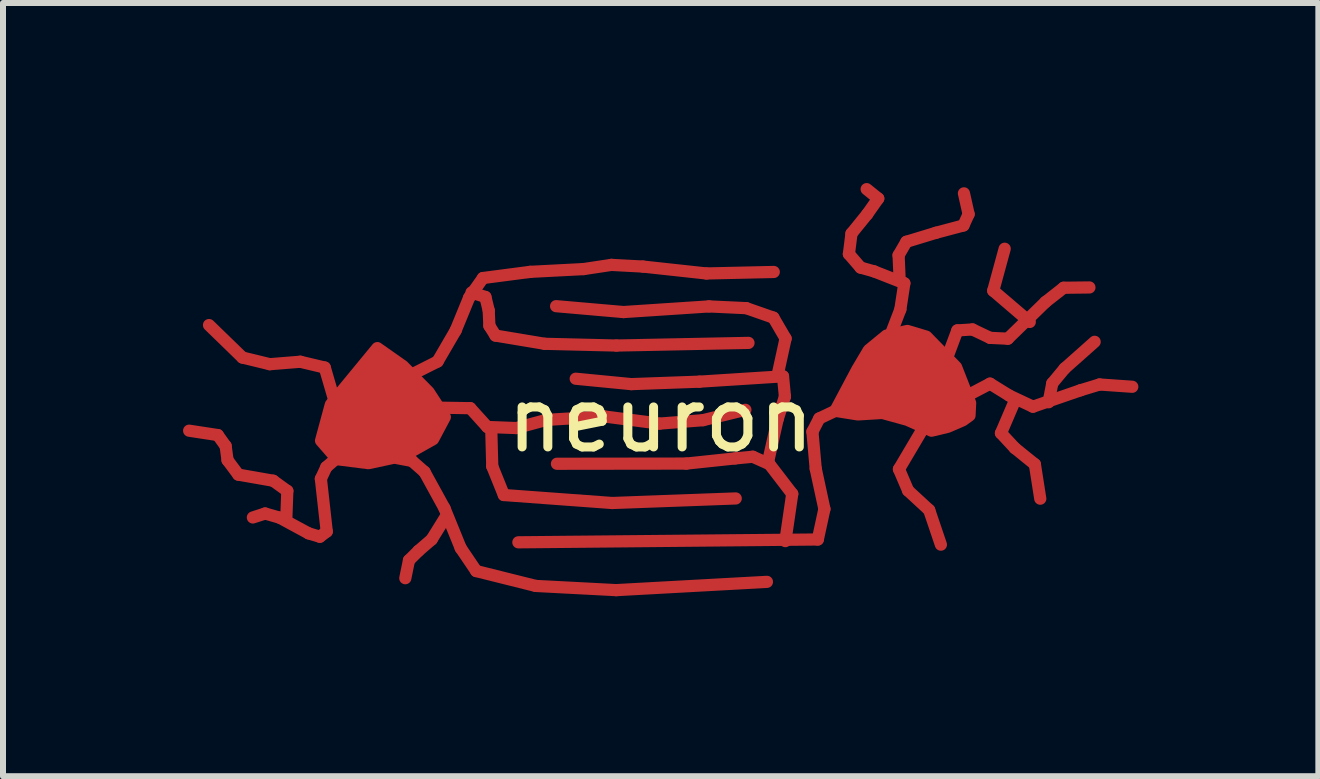
<source format=kicad_pcb>
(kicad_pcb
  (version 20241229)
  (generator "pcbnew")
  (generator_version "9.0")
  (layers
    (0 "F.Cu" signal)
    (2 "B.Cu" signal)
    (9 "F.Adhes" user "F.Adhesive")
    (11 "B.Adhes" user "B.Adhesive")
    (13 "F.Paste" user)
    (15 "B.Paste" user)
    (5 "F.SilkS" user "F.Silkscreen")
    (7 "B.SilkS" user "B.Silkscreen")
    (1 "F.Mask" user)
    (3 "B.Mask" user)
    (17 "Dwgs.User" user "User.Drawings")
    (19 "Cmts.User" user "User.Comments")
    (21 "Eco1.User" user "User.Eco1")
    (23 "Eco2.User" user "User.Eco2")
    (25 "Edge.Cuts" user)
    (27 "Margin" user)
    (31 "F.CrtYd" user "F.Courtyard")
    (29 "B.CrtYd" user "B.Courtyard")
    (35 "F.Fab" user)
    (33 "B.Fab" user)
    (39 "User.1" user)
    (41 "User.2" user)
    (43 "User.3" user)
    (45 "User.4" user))
  (footprint "neuron"
    (layer "F.Cu")
    (at 7.96 3.443)
    (property "Reference" "neuron" (at 0 0.5 0) (layer "F.SilkS") (effects (font (size 1 1) (thickness 0.15))))
    (attr through_hole)
    (fp_line (start -7.381 0.757) (end -7.858 0.684) (stroke (width 0.203) (type solid)) (layer "F.Cu"))
    (fp_line (start -7.25 0.939) (end -7.381 0.757) (stroke (width 0.203) (type solid)) (layer "F.Cu"))
    (fp_line (start -7.218 1.176) (end -7.25 0.939) (stroke (width 0.203) (type solid)) (layer "F.Cu"))
    (fp_line (start -7.039 1.416) (end -7.218 1.176) (stroke (width 0.203) (type solid)) (layer "F.Cu"))
    (fp_line (start -6.97 -0.535) (end -7.527 -1.076) (stroke (width 0.203) (type solid)) (layer "F.Cu"))
    (fp_line (start -6.592 2.064) (end -6.796 2.13) (stroke (width 0.203) (type solid)) (layer "F.Cu"))
    (fp_line (start -6.514 -0.424) (end -6.97 -0.535) (stroke (width 0.203) (type solid)) (layer "F.Cu"))
    (fp_line (start -6.457 1.518) (end -7.039 1.416) (stroke (width 0.203) (type solid)) (layer "F.Cu"))
    (fp_line (start -6.351 2.133) (end -6.592 2.064) (stroke (width 0.203) (type solid)) (layer "F.Cu"))
    (fp_line (start -6.238 2.127) (end -6.222 1.688) (stroke (width 0.203) (type solid)) (layer "F.Cu"))
    (fp_line (start -6.222 1.688) (end -6.457 1.518) (stroke (width 0.203) (type solid)) (layer "F.Cu"))
    (fp_line (start -6.006 -0.465) (end -6.514 -0.424) (stroke (width 0.203) (type solid)) (layer "F.Cu"))
    (fp_line (start -5.867 2.395) (end -6.351 2.133) (stroke (width 0.203) (type solid)) (layer "F.Cu"))
    (fp_line (start -5.68 2.451) (end -5.867 2.395) (stroke (width 0.203) (type solid)) (layer "F.Cu"))
    (fp_line (start -5.663 1.486) (end -5.565 2.364) (stroke (width 0.203) (type solid)) (layer "F.Cu"))
    (fp_line (start -5.598 -0.368) (end -6.006 -0.465) (stroke (width 0.203) (type solid)) (layer "F.Cu"))
    (fp_line (start -5.573 1.292) (end -5.663 1.486) (stroke (width 0.203) (type solid)) (layer "F.Cu"))
    (fp_line (start -5.565 2.364) (end -5.68 2.451) (stroke (width 0.203) (type solid)) (layer "F.Cu"))
    (fp_line (start -5.445 0.156) (end -5.598 -0.368) (stroke (width 0.203) (type solid)) (layer "F.Cu"))
    (fp_line (start -5.401 1.142) (end -5.573 1.292) (stroke (width 0.203) (type solid)) (layer "F.Cu"))
    (fp_line (start -4.389 1.142) (end -4.144 1.188) (stroke (width 0.203) (type solid)) (layer "F.Cu"))
    (fp_line (start -4.195 2.844) (end -4.256 3.142) (stroke (width 0.203) (type solid)) (layer "F.Cu"))
    (fp_line (start -4.178 -0.237) (end -3.718 -0.469) (stroke (width 0.203) (type solid)) (layer "F.Cu"))
    (fp_line (start -4.144 1.188) (end -3.936 1.371) (stroke (width 0.203) (type solid)) (layer "F.Cu"))
    (fp_line (start -4.035 2.685) (end -4.195 2.844) (stroke (width 0.203) (type solid)) (layer "F.Cu"))
    (fp_line (start -3.936 1.371) (end -3.602 1.979) (stroke (width 0.203) (type solid)) (layer "F.Cu"))
    (fp_line (start -3.817 2.497) (end -4.035 2.685) (stroke (width 0.203) (type solid)) (layer "F.Cu"))
    (fp_line (start -3.718 -0.469) (end -3.417 -0.986) (stroke (width 0.203) (type solid)) (layer "F.Cu"))
    (fp_line (start -3.652 0.301) (end -3.173 0.309) (stroke (width 0.203) (type solid)) (layer "F.Cu"))
    (fp_line (start -3.602 1.979) (end -3.333 2.64) (stroke (width 0.203) (type solid)) (layer "F.Cu"))
    (fp_line (start -3.579 2.113) (end -3.817 2.497) (stroke (width 0.203) (type solid)) (layer "F.Cu"))
    (fp_line (start -3.417 -0.986) (end -3.192 -1.534) (stroke (width 0.203) (type solid)) (layer "F.Cu"))
    (fp_line (start -3.333 2.64) (end -3.074 3.023) (stroke (width 0.203) (type solid)) (layer "F.Cu"))
    (fp_line (start -3.192 -1.534) (end -2.962 -1.86) (stroke (width 0.203) (type solid)) (layer "F.Cu"))
    (fp_line (start -3.173 0.309) (end -2.89 0.622) (stroke (width 0.203) (type solid)) (layer "F.Cu"))
    (fp_line (start -3.153 -1.619) (end -2.921 -1.544) (stroke (width 0.203) (type solid)) (layer "F.Cu"))
    (fp_line (start -3.074 3.023) (end -2.082 3.271) (stroke (width 0.203) (type solid)) (layer "F.Cu"))
    (fp_line (start -2.962 -1.86) (end -2.175 -1.963) (stroke (width 0.203) (type solid)) (layer "F.Cu"))
    (fp_line (start -2.921 -1.544) (end -2.866 -1.319) (stroke (width 0.203) (type solid)) (layer "F.Cu"))
    (fp_line (start -2.89 0.622) (end -2.407 0.64) (stroke (width 0.203) (type solid)) (layer "F.Cu"))
    (fp_line (start -2.866 -1.319) (end -2.855 -1.064) (stroke (width 0.203) (type solid)) (layer "F.Cu"))
    (fp_line (start -2.855 -1.064) (end -2.753 -0.901) (stroke (width 0.203) (type solid)) (layer "F.Cu"))
    (fp_line (start -2.823 0.684) (end -2.807 1.278) (stroke (width 0.203) (type solid)) (layer "F.Cu"))
    (fp_line (start -2.807 1.278) (end -2.614 1.756) (stroke (width 0.203) (type solid)) (layer "F.Cu"))
    (fp_line (start -2.753 -0.901) (end -1.933 -0.764) (stroke (width 0.203) (type solid)) (layer "F.Cu"))
    (fp_line (start -2.614 1.756) (end -0.808 1.889) (stroke (width 0.203) (type solid)) (layer "F.Cu"))
    (fp_line (start -2.407 0.64) (end -1.905 0.504) (stroke (width 0.203) (type solid)) (layer "F.Cu"))
    (fp_line (start -2.175 -1.963) (end -1.286 -2.009) (stroke (width 0.203) (type solid)) (layer "F.Cu"))
    (fp_line (start -2.082 3.271) (end -0.742 3.341) (stroke (width 0.203) (type solid)) (layer "F.Cu"))
    (fp_line (start -1.933 -0.764) (end -0.738 -0.735) (stroke (width 0.203) (type solid)) (layer "F.Cu"))
    (fp_line (start -1.905 0.504) (end -0.946 0.446) (stroke (width 0.203) (type solid)) (layer "F.Cu"))
    (fp_line (start -1.286 -2.009) (end -0.821 -2.079) (stroke (width 0.203) (type solid)) (layer "F.Cu"))
    (fp_line (start -0.946 0.446) (end -0.02 0.566) (stroke (width 0.203) (type solid)) (layer "F.Cu"))
    (fp_line (start -0.821 -2.079) (end -0.296 -2.051) (stroke (width 0.203) (type solid)) (layer "F.Cu"))
    (fp_line (start -0.808 1.889) (end 1.25 1.813) (stroke (width 0.203) (type solid)) (layer "F.Cu"))
    (fp_line (start -0.742 3.341) (end 1.77 3.203) (stroke (width 0.203) (type solid)) (layer "F.Cu"))
    (fp_line (start -0.738 -0.735) (end 1.463 -0.779) (stroke (width 0.203) (type solid)) (layer "F.Cu"))
    (fp_line (start -0.62 -1.293) (end -1.743 -1.391) (stroke (width 0.203) (type solid)) (layer "F.Cu"))
    (fp_line (start -0.491 -0.092) (end -1.416 -0.182) (stroke (width 0.203) (type solid)) (layer "F.Cu"))
    (fp_line (start -0.296 -2.051) (end 0.761 -1.936) (stroke (width 0.203) (type solid)) (layer "F.Cu"))
    (fp_line (start -0.02 0.566) (end 0.704 0.509) (stroke (width 0.203) (type solid)) (layer "F.Cu"))
    (fp_line (start 0.427 1.232) (end -1.729 1.235) (stroke (width 0.203) (type solid)) (layer "F.Cu"))
    (fp_line (start 0.645 -0.133) (end -0.491 -0.092) (stroke (width 0.203) (type solid)) (layer "F.Cu"))
    (fp_line (start 0.704 0.509) (end 1.411 0.336) (stroke (width 0.203) (type solid)) (layer "F.Cu"))
    (fp_line (start 0.761 -1.936) (end 1.884 -1.961) (stroke (width 0.203) (type solid)) (layer "F.Cu"))
    (fp_line (start 0.804 -1.387) (end -0.62 -1.293) (stroke (width 0.203) (type solid)) (layer "F.Cu"))
    (fp_line (start 1.24 1.146) (end 0.427 1.232) (stroke (width 0.203) (type solid)) (layer "F.Cu"))
    (fp_line (start 1.426 -1.358) (end 0.804 -1.387) (stroke (width 0.203) (type solid)) (layer "F.Cu"))
    (fp_line (start 1.535 1.118) (end 1.24 1.146) (stroke (width 0.203) (type solid)) (layer "F.Cu"))
    (fp_line (start 1.788 1.207) (end 1.949 0.492) (stroke (width 0.203) (type solid)) (layer "F.Cu"))
    (fp_line (start 1.812 1.242) (end 1.535 1.118) (stroke (width 0.203) (type solid)) (layer "F.Cu"))
    (fp_line (start 1.878 -1.2) (end 1.426 -1.358) (stroke (width 0.203) (type solid)) (layer "F.Cu"))
    (fp_line (start 1.949 0.492) (end 2.07 0.116) (stroke (width 0.203) (type solid)) (layer "F.Cu"))
    (fp_line (start 1.951 -0.257) (end 2.081 -0.852) (stroke (width 0.203) (type solid)) (layer "F.Cu"))
    (fp_line (start 2.038 -0.222) (end 0.645 -0.133) (stroke (width 0.203) (type solid)) (layer "F.Cu"))
    (fp_line (start 2.07 0.116) (end 2.038 -0.222) (stroke (width 0.203) (type solid)) (layer "F.Cu"))
    (fp_line (start 2.077 2.524) (end 2.192 1.737) (stroke (width 0.203) (type solid)) (layer "F.Cu"))
    (fp_line (start 2.081 -0.852) (end 1.878 -1.2) (stroke (width 0.203) (type solid)) (layer "F.Cu"))
    (fp_line (start 2.192 1.737) (end 1.812 1.242) (stroke (width 0.203) (type solid)) (layer "F.Cu"))
    (fp_line (start 2.528 0.701) (end 2.583 1.318) (stroke (width 0.203) (type solid)) (layer "F.Cu"))
    (fp_line (start 2.583 1.318) (end 2.728 1.989) (stroke (width 0.203) (type solid)) (layer "F.Cu"))
    (fp_line (start 2.618 2.497) (end -2.372 2.544) (stroke (width 0.203) (type solid)) (layer "F.Cu"))
    (fp_line (start 2.642 0.48) (end 2.528 0.701) (stroke (width 0.203) (type solid)) (layer "F.Cu"))
    (fp_line (start 2.728 1.989) (end 2.618 2.497) (stroke (width 0.203) (type solid)) (layer "F.Cu"))
    (fp_line (start 2.91 0.353) (end 2.642 0.48) (stroke (width 0.203) (type solid)) (layer "F.Cu"))
    (fp_line (start 3.136 -2.26) (end 3.179 -2.601) (stroke (width 0.203) (type solid)) (layer "F.Cu"))
    (fp_line (start 3.179 -2.601) (end 3.441 -2.924) (stroke (width 0.203) (type solid)) (layer "F.Cu"))
    (fp_line (start 3.331 -2.034) (end 3.136 -2.26) (stroke (width 0.203) (type solid)) (layer "F.Cu"))
    (fp_line (start 3.441 -2.924) (end 3.625 -3.185) (stroke (width 0.203) (type solid)) (layer "F.Cu"))
    (fp_line (start 3.555 -1.971) (end 3.331 -2.034) (stroke (width 0.203) (type solid)) (layer "F.Cu"))
    (fp_line (start 3.625 -3.185) (end 3.432 -3.341) (stroke (width 0.203) (type solid)) (layer "F.Cu"))
    (fp_line (start 3.833 -0.919) (end 3.993 -1.335) (stroke (width 0.203) (type solid)) (layer "F.Cu"))
    (fp_line (start 3.964 -2.24) (end 4.094 -2.464) (stroke (width 0.203) (type solid)) (layer "F.Cu"))
    (fp_line (start 3.97 1.325) (end 4.123 1.683) (stroke (width 0.203) (type solid)) (layer "F.Cu"))
    (fp_line (start 3.981 -1.844) (end 3.964 -2.24) (stroke (width 0.203) (type solid)) (layer "F.Cu"))
    (fp_line (start 3.993 -1.335) (end 4.06 -1.773) (stroke (width 0.203) (type solid)) (layer "F.Cu"))
    (fp_line (start 4.06 -1.773) (end 3.555 -1.971) (stroke (width 0.203) (type solid)) (layer "F.Cu"))
    (fp_line (start 4.094 -2.464) (end 4.587 -2.614) (stroke (width 0.203) (type solid)) (layer "F.Cu"))
    (fp_line (start 4.123 1.683) (end 4.474 2.007) (stroke (width 0.203) (type solid)) (layer "F.Cu"))
    (fp_line (start 4.37 0.649) (end 3.97 1.325) (stroke (width 0.203) (type solid)) (layer "F.Cu"))
    (fp_line (start 4.474 2.007) (end 4.669 2.583) (stroke (width 0.203) (type solid)) (layer "F.Cu"))
    (fp_line (start 4.587 -2.614) (end 5.045 -2.736) (stroke (width 0.203) (type solid)) (layer "F.Cu"))
    (fp_line (start 4.774 -0.535) (end 4.943 -0.987) (stroke (width 0.203) (type solid)) (layer "F.Cu"))
    (fp_line (start 4.943 -0.987) (end 5.195 -1.003) (stroke (width 0.203) (type solid)) (layer "F.Cu"))
    (fp_line (start 5.045 -2.736) (end 5.131 -2.924) (stroke (width 0.203) (type solid)) (layer "F.Cu"))
    (fp_line (start 5.131 -2.924) (end 5.053 -3.271) (stroke (width 0.203) (type solid)) (layer "F.Cu"))
    (fp_line (start 5.157 0.074) (end 5.488 -0.1) (stroke (width 0.203) (type solid)) (layer "F.Cu"))
    (fp_line (start 5.195 -1.003) (end 5.489 -0.863) (stroke (width 0.203) (type solid)) (layer "F.Cu"))
    (fp_line (start 5.488 -0.1) (end 5.811 0.1) (stroke (width 0.203) (type solid)) (layer "F.Cu"))
    (fp_line (start 5.489 -0.863) (end 5.785 -0.849) (stroke (width 0.203) (type solid)) (layer "F.Cu"))
    (fp_line (start 5.541 -1.649) (end 5.732 -2.348) (stroke (width 0.203) (type solid)) (layer "F.Cu"))
    (fp_line (start 5.67 0.725) (end 5.901 0.974) (stroke (width 0.203) (type solid)) (layer "F.Cu"))
    (fp_line (start 5.785 -0.849) (end 6.412 -1.46) (stroke (width 0.203) (type solid)) (layer "F.Cu"))
    (fp_line (start 5.811 0.1) (end 6.203 0.284) (stroke (width 0.203) (type solid)) (layer "F.Cu"))
    (fp_line (start 5.889 0.214) (end 5.67 0.725) (stroke (width 0.203) (type solid)) (layer "F.Cu"))
    (fp_line (start 5.901 0.974) (end 6.235 1.244) (stroke (width 0.203) (type solid)) (layer "F.Cu"))
    (fp_line (start 6.15 -1.128) (end 5.541 -1.649) (stroke (width 0.203) (type solid)) (layer "F.Cu"))
    (fp_line (start 6.203 0.284) (end 6.994 0.011) (stroke (width 0.203) (type solid)) (layer "F.Cu"))
    (fp_line (start 6.235 1.244) (end 6.325 1.817) (stroke (width 0.203) (type solid)) (layer "F.Cu"))
    (fp_line (start 6.412 -1.46) (end 6.715 -1.698) (stroke (width 0.203) (type solid)) (layer "F.Cu"))
    (fp_line (start 6.464 0.21) (end 6.525 -0.105) (stroke (width 0.203) (type solid)) (layer "F.Cu"))
    (fp_line (start 6.525 -0.105) (end 6.731 -0.353) (stroke (width 0.203) (type solid)) (layer "F.Cu"))
    (fp_line (start 6.715 -1.698) (end 7.144 -1.703) (stroke (width 0.203) (type solid)) (layer "F.Cu"))
    (fp_line (start 6.731 -0.353) (end 7.231 -0.797) (stroke (width 0.203) (type solid)) (layer "F.Cu"))
    (fp_line (start 6.994 0.011) (end 7.312 -0.086) (stroke (width 0.203) (type solid)) (layer "F.Cu"))
    (fp_line (start 7.312 -0.086) (end 7.858 -0.048) (stroke (width 0.203) (type solid)) (layer "F.Cu"))
    (fp_poly (pts (xy -4.722 -0.692) (xy -5.497 0.249) (xy -5.66 0.85) (xy -5.391 1.159) (xy -4.87 1.225) (xy -4.278 1.098) (xy -3.793 0.825) (xy -3.597 0.456) (xy -3.868 0.04) (xy -4.294 -0.391) (xy -4.722 -0.692)) (stroke (width 0.203) (type solid)) (fill yes) (layer "F.Cu"))
    (fp_poly (pts (xy 2.91 0.353) (xy 3.276 -0.336) (xy 3.467 -0.658) (xy 3.763 -0.901) (xy 4.111 -0.978) (xy 4.427 -0.883) (xy 4.922 -0.375) (xy 5.156 0.222) (xy 5.146 0.43) (xy 5.035 0.51) (xy 4.783 0.619) (xy 4.513 0.684) (xy 4.111 0.503) (xy 3.694 0.388) (xy 3.286 0.413) (xy 2.91 0.353)) (stroke (width 0.203) (type solid)) (fill yes) (layer "F.Cu"))
    (fp_line (start -7.381 0.757) (end -7.858 0.684) (stroke (width 0.203) (type solid)) (layer "F.Mask"))
    (fp_line (start -7.25 0.939) (end -7.381 0.757) (stroke (width 0.203) (type solid)) (layer "F.Mask"))
    (fp_line (start -7.218 1.176) (end -7.25 0.939) (stroke (width 0.203) (type solid)) (layer "F.Mask"))
    (fp_line (start -7.039 1.416) (end -7.218 1.176) (stroke (width 0.203) (type solid)) (layer "F.Mask"))
    (fp_line (start -6.97 -0.535) (end -7.527 -1.076) (stroke (width 0.203) (type solid)) (layer "F.Mask"))
    (fp_line (start -6.592 2.064) (end -6.796 2.13) (stroke (width 0.203) (type solid)) (layer "F.Mask"))
    (fp_line (start -6.514 -0.424) (end -6.97 -0.535) (stroke (width 0.203) (type solid)) (layer "F.Mask"))
    (fp_line (start -6.457 1.518) (end -7.039 1.416) (stroke (width 0.203) (type solid)) (layer "F.Mask"))
    (fp_line (start -6.351 2.133) (end -6.592 2.064) (stroke (width 0.203) (type solid)) (layer "F.Mask"))
    (fp_line (start -6.238 2.127) (end -6.222 1.688) (stroke (width 0.203) (type solid)) (layer "F.Mask"))
    (fp_line (start -6.222 1.688) (end -6.457 1.518) (stroke (width 0.203) (type solid)) (layer "F.Mask"))
    (fp_line (start -6.006 -0.465) (end -6.514 -0.424) (stroke (width 0.203) (type solid)) (layer "F.Mask"))
    (fp_line (start -5.867 2.395) (end -6.351 2.133) (stroke (width 0.203) (type solid)) (layer "F.Mask"))
    (fp_line (start -5.68 2.451) (end -5.867 2.395) (stroke (width 0.203) (type solid)) (layer "F.Mask"))
    (fp_line (start -5.663 1.486) (end -5.565 2.364) (stroke (width 0.203) (type solid)) (layer "F.Mask"))
    (fp_line (start -5.598 -0.368) (end -6.006 -0.465) (stroke (width 0.203) (type solid)) (layer "F.Mask"))
    (fp_line (start -5.573 1.292) (end -5.663 1.486) (stroke (width 0.203) (type solid)) (layer "F.Mask"))
    (fp_line (start -5.565 2.364) (end -5.68 2.451) (stroke (width 0.203) (type solid)) (layer "F.Mask"))
    (fp_line (start -5.445 0.156) (end -5.598 -0.368) (stroke (width 0.203) (type solid)) (layer "F.Mask"))
    (fp_line (start -5.401 1.142) (end -5.573 1.292) (stroke (width 0.203) (type solid)) (layer "F.Mask"))
    (fp_line (start -4.389 1.142) (end -4.144 1.188) (stroke (width 0.203) (type solid)) (layer "F.Mask"))
    (fp_line (start -4.195 2.844) (end -4.256 3.142) (stroke (width 0.203) (type solid)) (layer "F.Mask"))
    (fp_line (start -4.178 -0.237) (end -3.718 -0.469) (stroke (width 0.203) (type solid)) (layer "F.Mask"))
    (fp_line (start -4.144 1.188) (end -3.936 1.371) (stroke (width 0.203) (type solid)) (layer "F.Mask"))
    (fp_line (start -4.035 2.685) (end -4.195 2.844) (stroke (width 0.203) (type solid)) (layer "F.Mask"))
    (fp_line (start -3.936 1.371) (end -3.602 1.979) (stroke (width 0.203) (type solid)) (layer "F.Mask"))
    (fp_line (start -3.817 2.497) (end -4.035 2.685) (stroke (width 0.203) (type solid)) (layer "F.Mask"))
    (fp_line (start -3.718 -0.469) (end -3.417 -0.986) (stroke (width 0.203) (type solid)) (layer "F.Mask"))
    (fp_line (start -3.652 0.301) (end -3.173 0.309) (stroke (width 0.203) (type solid)) (layer "F.Mask"))
    (fp_line (start -3.602 1.979) (end -3.333 2.64) (stroke (width 0.203) (type solid)) (layer "F.Mask"))
    (fp_line (start -3.579 2.113) (end -3.817 2.497) (stroke (width 0.203) (type solid)) (layer "F.Mask"))
    (fp_line (start -3.417 -0.986) (end -3.192 -1.534) (stroke (width 0.203) (type solid)) (layer "F.Mask"))
    (fp_line (start -3.333 2.64) (end -3.074 3.023) (stroke (width 0.203) (type solid)) (layer "F.Mask"))
    (fp_line (start -3.192 -1.534) (end -2.962 -1.86) (stroke (width 0.203) (type solid)) (layer "F.Mask"))
    (fp_line (start -3.173 0.309) (end -2.89 0.622) (stroke (width 0.203) (type solid)) (layer "F.Mask"))
    (fp_line (start -3.153 -1.619) (end -2.921 -1.544) (stroke (width 0.203) (type solid)) (layer "F.Mask"))
    (fp_line (start -3.074 3.023) (end -2.082 3.271) (stroke (width 0.203) (type solid)) (layer "F.Mask"))
    (fp_line (start -2.962 -1.86) (end -2.175 -1.963) (stroke (width 0.203) (type solid)) (layer "F.Mask"))
    (fp_line (start -2.921 -1.544) (end -2.866 -1.319) (stroke (width 0.203) (type solid)) (layer "F.Mask"))
    (fp_line (start -2.89 0.622) (end -2.407 0.64) (stroke (width 0.203) (type solid)) (layer "F.Mask"))
    (fp_line (start -2.866 -1.319) (end -2.855 -1.064) (stroke (width 0.203) (type solid)) (layer "F.Mask"))
    (fp_line (start -2.855 -1.064) (end -2.753 -0.901) (stroke (width 0.203) (type solid)) (layer "F.Mask"))
    (fp_line (start -2.823 0.684) (end -2.807 1.278) (stroke (width 0.203) (type solid)) (layer "F.Mask"))
    (fp_line (start -2.807 1.278) (end -2.614 1.756) (stroke (width 0.203) (type solid)) (layer "F.Mask"))
    (fp_line (start -2.753 -0.901) (end -1.933 -0.764) (stroke (width 0.203) (type solid)) (layer "F.Mask"))
    (fp_line (start -2.614 1.756) (end -0.808 1.889) (stroke (width 0.203) (type solid)) (layer "F.Mask"))
    (fp_line (start -2.407 0.64) (end -1.905 0.504) (stroke (width 0.203) (type solid)) (layer "F.Mask"))
    (fp_line (start -2.175 -1.963) (end -1.286 -2.009) (stroke (width 0.203) (type solid)) (layer "F.Mask"))
    (fp_line (start -2.082 3.271) (end -0.742 3.341) (stroke (width 0.203) (type solid)) (layer "F.Mask"))
    (fp_line (start -1.933 -0.764) (end -0.738 -0.735) (stroke (width 0.203) (type solid)) (layer "F.Mask"))
    (fp_line (start -1.905 0.504) (end -0.946 0.446) (stroke (width 0.203) (type solid)) (layer "F.Mask"))
    (fp_line (start -1.286 -2.009) (end -0.821 -2.079) (stroke (width 0.203) (type solid)) (layer "F.Mask"))
    (fp_line (start -0.946 0.446) (end -0.02 0.566) (stroke (width 0.203) (type solid)) (layer "F.Mask"))
    (fp_line (start -0.821 -2.079) (end -0.296 -2.051) (stroke (width 0.203) (type solid)) (layer "F.Mask"))
    (fp_line (start -0.808 1.889) (end 1.25 1.813) (stroke (width 0.203) (type solid)) (layer "F.Mask"))
    (fp_line (start -0.742 3.341) (end 1.77 3.203) (stroke (width 0.203) (type solid)) (layer "F.Mask"))
    (fp_line (start -0.738 -0.735) (end 1.463 -0.779) (stroke (width 0.203) (type solid)) (layer "F.Mask"))
    (fp_line (start -0.62 -1.293) (end -1.743 -1.391) (stroke (width 0.203) (type solid)) (layer "F.Mask"))
    (fp_line (start -0.491 -0.092) (end -1.416 -0.182) (stroke (width 0.203) (type solid)) (layer "F.Mask"))
    (fp_line (start -0.296 -2.051) (end 0.761 -1.936) (stroke (width 0.203) (type solid)) (layer "F.Mask"))
    (fp_line (start -0.02 0.566) (end 0.704 0.509) (stroke (width 0.203) (type solid)) (layer "F.Mask"))
    (fp_line (start 0.427 1.232) (end -1.729 1.235) (stroke (width 0.203) (type solid)) (layer "F.Mask"))
    (fp_line (start 0.645 -0.133) (end -0.491 -0.092) (stroke (width 0.203) (type solid)) (layer "F.Mask"))
    (fp_line (start 0.704 0.509) (end 1.411 0.336) (stroke (width 0.203) (type solid)) (layer "F.Mask"))
    (fp_line (start 0.761 -1.936) (end 1.884 -1.961) (stroke (width 0.203) (type solid)) (layer "F.Mask"))
    (fp_line (start 0.804 -1.387) (end -0.62 -1.293) (stroke (width 0.203) (type solid)) (layer "F.Mask"))
    (fp_line (start 1.24 1.146) (end 0.427 1.232) (stroke (width 0.203) (type solid)) (layer "F.Mask"))
    (fp_line (start 1.426 -1.358) (end 0.804 -1.387) (stroke (width 0.203) (type solid)) (layer "F.Mask"))
    (fp_line (start 1.535 1.118) (end 1.24 1.146) (stroke (width 0.203) (type solid)) (layer "F.Mask"))
    (fp_line (start 1.788 1.207) (end 1.949 0.492) (stroke (width 0.203) (type solid)) (layer "F.Mask"))
    (fp_line (start 1.812 1.242) (end 1.535 1.118) (stroke (width 0.203) (type solid)) (layer "F.Mask"))
    (fp_line (start 1.878 -1.2) (end 1.426 -1.358) (stroke (width 0.203) (type solid)) (layer "F.Mask"))
    (fp_line (start 1.949 0.492) (end 2.07 0.116) (stroke (width 0.203) (type solid)) (layer "F.Mask"))
    (fp_line (start 1.951 -0.257) (end 2.081 -0.852) (stroke (width 0.203) (type solid)) (layer "F.Mask"))
    (fp_line (start 2.038 -0.222) (end 0.645 -0.133) (stroke (width 0.203) (type solid)) (layer "F.Mask"))
    (fp_line (start 2.07 0.116) (end 2.038 -0.222) (stroke (width 0.203) (type solid)) (layer "F.Mask"))
    (fp_line (start 2.077 2.524) (end 2.192 1.737) (stroke (width 0.203) (type solid)) (layer "F.Mask"))
    (fp_line (start 2.081 -0.852) (end 1.878 -1.2) (stroke (width 0.203) (type solid)) (layer "F.Mask"))
    (fp_line (start 2.192 1.737) (end 1.812 1.242) (stroke (width 0.203) (type solid)) (layer "F.Mask"))
    (fp_line (start 2.528 0.701) (end 2.583 1.318) (stroke (width 0.203) (type solid)) (layer "F.Mask"))
    (fp_line (start 2.583 1.318) (end 2.728 1.989) (stroke (width 0.203) (type solid)) (layer "F.Mask"))
    (fp_line (start 2.618 2.497) (end -2.372 2.544) (stroke (width 0.203) (type solid)) (layer "F.Mask"))
    (fp_line (start 2.642 0.48) (end 2.528 0.701) (stroke (width 0.203) (type solid)) (layer "F.Mask"))
    (fp_line (start 2.728 1.989) (end 2.618 2.497) (stroke (width 0.203) (type solid)) (layer "F.Mask"))
    (fp_line (start 2.91 0.353) (end 2.642 0.48) (stroke (width 0.203) (type solid)) (layer "F.Mask"))
    (fp_line (start 3.136 -2.26) (end 3.179 -2.601) (stroke (width 0.203) (type solid)) (layer "F.Mask"))
    (fp_line (start 3.179 -2.601) (end 3.441 -2.924) (stroke (width 0.203) (type solid)) (layer "F.Mask"))
    (fp_line (start 3.331 -2.034) (end 3.136 -2.26) (stroke (width 0.203) (type solid)) (layer "F.Mask"))
    (fp_line (start 3.441 -2.924) (end 3.625 -3.185) (stroke (width 0.203) (type solid)) (layer "F.Mask"))
    (fp_line (start 3.555 -1.971) (end 3.331 -2.034) (stroke (width 0.203) (type solid)) (layer "F.Mask"))
    (fp_line (start 3.625 -3.185) (end 3.432 -3.341) (stroke (width 0.203) (type solid)) (layer "F.Mask"))
    (fp_line (start 3.833 -0.919) (end 3.993 -1.335) (stroke (width 0.203) (type solid)) (layer "F.Mask"))
    (fp_line (start 3.964 -2.24) (end 4.094 -2.464) (stroke (width 0.203) (type solid)) (layer "F.Mask"))
    (fp_line (start 3.97 1.325) (end 4.123 1.683) (stroke (width 0.203) (type solid)) (layer "F.Mask"))
    (fp_line (start 3.981 -1.844) (end 3.964 -2.24) (stroke (width 0.203) (type solid)) (layer "F.Mask"))
    (fp_line (start 3.993 -1.335) (end 4.06 -1.773) (stroke (width 0.203) (type solid)) (layer "F.Mask"))
    (fp_line (start 4.06 -1.773) (end 3.555 -1.971) (stroke (width 0.203) (type solid)) (layer "F.Mask"))
    (fp_line (start 4.094 -2.464) (end 4.587 -2.614) (stroke (width 0.203) (type solid)) (layer "F.Mask"))
    (fp_line (start 4.123 1.683) (end 4.474 2.007) (stroke (width 0.203) (type solid)) (layer "F.Mask"))
    (fp_line (start 4.37 0.649) (end 3.97 1.325) (stroke (width 0.203) (type solid)) (layer "F.Mask"))
    (fp_line (start 4.474 2.007) (end 4.669 2.583) (stroke (width 0.203) (type solid)) (layer "F.Mask"))
    (fp_line (start 4.587 -2.614) (end 5.045 -2.736) (stroke (width 0.203) (type solid)) (layer "F.Mask"))
    (fp_line (start 4.774 -0.535) (end 4.943 -0.987) (stroke (width 0.203) (type solid)) (layer "F.Mask"))
    (fp_line (start 4.943 -0.987) (end 5.195 -1.003) (stroke (width 0.203) (type solid)) (layer "F.Mask"))
    (fp_line (start 5.045 -2.736) (end 5.131 -2.924) (stroke (width 0.203) (type solid)) (layer "F.Mask"))
    (fp_line (start 5.131 -2.924) (end 5.053 -3.271) (stroke (width 0.203) (type solid)) (layer "F.Mask"))
    (fp_line (start 5.157 0.074) (end 5.488 -0.1) (stroke (width 0.203) (type solid)) (layer "F.Mask"))
    (fp_line (start 5.195 -1.003) (end 5.489 -0.863) (stroke (width 0.203) (type solid)) (layer "F.Mask"))
    (fp_line (start 5.488 -0.1) (end 5.811 0.1) (stroke (width 0.203) (type solid)) (layer "F.Mask"))
    (fp_line (start 5.489 -0.863) (end 5.785 -0.849) (stroke (width 0.203) (type solid)) (layer "F.Mask"))
    (fp_line (start 5.541 -1.649) (end 5.732 -2.348) (stroke (width 0.203) (type solid)) (layer "F.Mask"))
    (fp_line (start 5.67 0.725) (end 5.901 0.974) (stroke (width 0.203) (type solid)) (layer "F.Mask"))
    (fp_line (start 5.785 -0.849) (end 6.412 -1.46) (stroke (width 0.203) (type solid)) (layer "F.Mask"))
    (fp_line (start 5.811 0.1) (end 6.203 0.284) (stroke (width 0.203) (type solid)) (layer "F.Mask"))
    (fp_line (start 5.889 0.214) (end 5.67 0.725) (stroke (width 0.203) (type solid)) (layer "F.Mask"))
    (fp_line (start 5.901 0.974) (end 6.235 1.244) (stroke (width 0.203) (type solid)) (layer "F.Mask"))
    (fp_line (start 6.15 -1.128) (end 5.541 -1.649) (stroke (width 0.203) (type solid)) (layer "F.Mask"))
    (fp_line (start 6.203 0.284) (end 6.994 0.011) (stroke (width 0.203) (type solid)) (layer "F.Mask"))
    (fp_line (start 6.235 1.244) (end 6.325 1.817) (stroke (width 0.203) (type solid)) (layer "F.Mask"))
    (fp_line (start 6.412 -1.46) (end 6.715 -1.698) (stroke (width 0.203) (type solid)) (layer "F.Mask"))
    (fp_line (start 6.464 0.21) (end 6.525 -0.105) (stroke (width 0.203) (type solid)) (layer "F.Mask"))
    (fp_line (start 6.525 -0.105) (end 6.731 -0.353) (stroke (width 0.203) (type solid)) (layer "F.Mask"))
    (fp_line (start 6.715 -1.698) (end 7.144 -1.703) (stroke (width 0.203) (type solid)) (layer "F.Mask"))
    (fp_line (start 6.731 -0.353) (end 7.231 -0.797) (stroke (width 0.203) (type solid)) (layer "F.Mask"))
    (fp_line (start 6.994 0.011) (end 7.312 -0.086) (stroke (width 0.203) (type solid)) (layer "F.Mask"))
    (fp_line (start 7.312 -0.086) (end 7.858 -0.048) (stroke (width 0.203) (type solid)) (layer "F.Mask"))
    (fp_poly (pts (xy -4.722 -0.692) (xy -5.497 0.249) (xy -5.66 0.85) (xy -5.391 1.159) (xy -4.87 1.225) (xy -4.278 1.098) (xy -3.793 0.825) (xy -3.597 0.456) (xy -3.868 0.04) (xy -4.294 -0.391) (xy -4.722 -0.692)) (stroke (width 0.203) (type solid)) (fill yes) (layer "F.Mask"))
    (fp_poly (pts (xy 2.91 0.353) (xy 3.276 -0.336) (xy 3.467 -0.658) (xy 3.763 -0.901) (xy 4.111 -0.978) (xy 4.427 -0.883) (xy 4.922 -0.375) (xy 5.156 0.222) (xy 5.146 0.43) (xy 5.035 0.51) (xy 4.783 0.619) (xy 4.513 0.684) (xy 4.111 0.503) (xy 3.694 0.388) (xy 3.286 0.413) (xy 2.91 0.353)) (stroke (width 0.203) (type solid)) (fill yes) (layer "F.Mask"))
    (pad "1" smd circle (at -4.674 0.356) (size 1 1) (layers "F.Cu" "F.Mask" "F.Paste"))
    (pad "2" smd circle (at 4.089 -0.203) (size 1 1) (layers "F.Cu" "F.Mask" "F.Paste")))
  (gr_rect
    (start -3 -3)
    (end 18.919 9.885)
    (stroke (width 0.1) (type default))
    (fill no)
    (layer "Edge.Cuts")))
</source>
